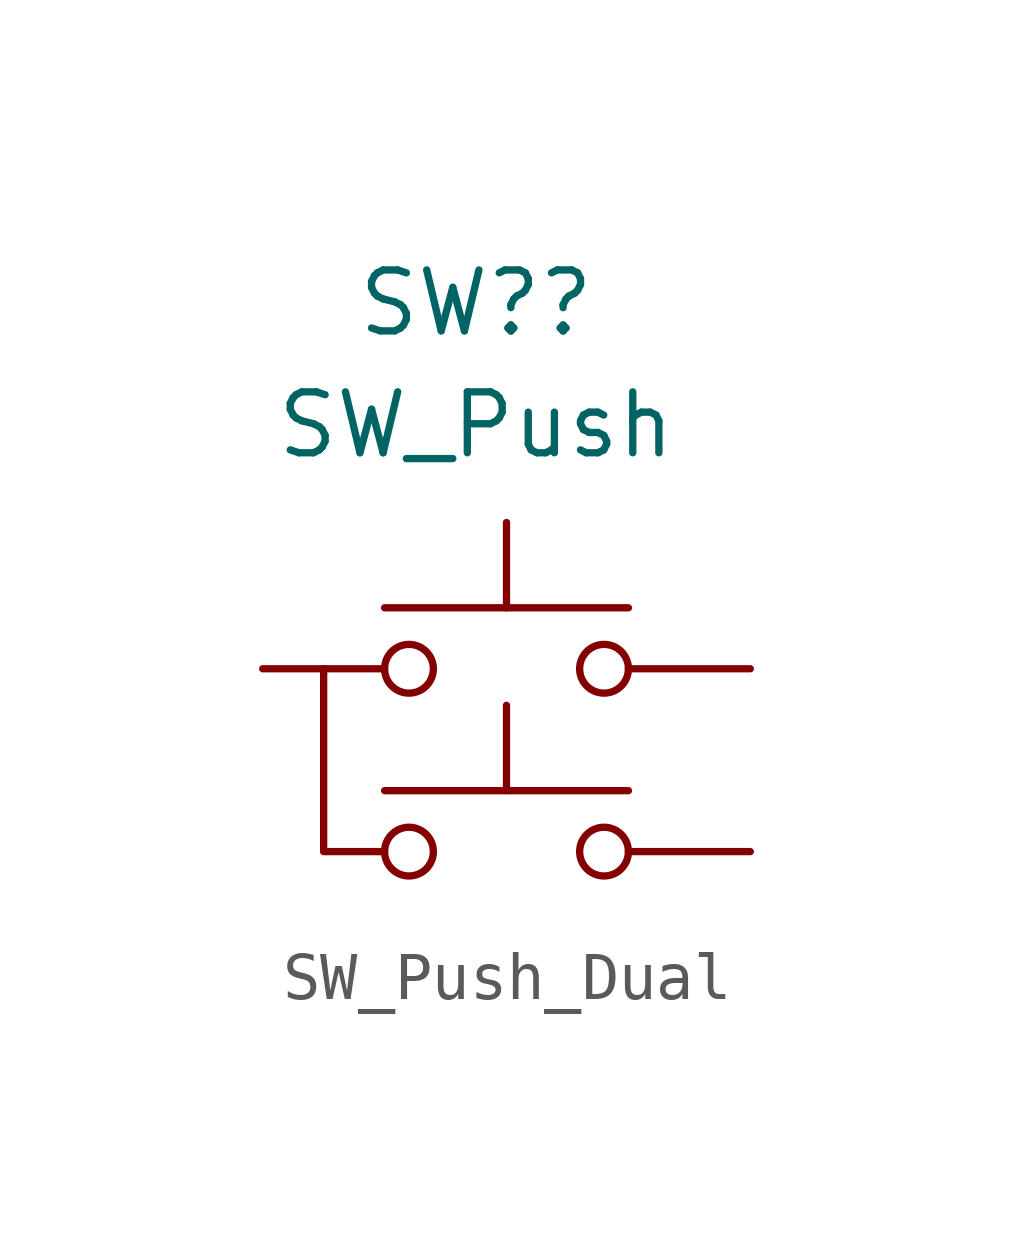
<source format=kicad_sym>
(kicad_symbol_lib
  (version 20231120)
  (generator "kicad_symbol_editor")
  (generator_version "8.0")
  (symbol "SW_Push_Dual"
    (pin_numbers hide)
    (pin_names
      (offset 1.016) hide)
    (property "Reference" "SW?"
      (at -0.635 7.62 0)
      (effects (font (size 1.27 1.27))))
    (property "Value" "SW_Push"
      (at -0.635 5.08 0)
      (effects (font (size 1.27 1.27))))
    (symbol "SW_Push_Dual_0_1"
      (circle (center -2.032 -3.81) (radius 0.508) (stroke (width 0) (type default)) (fill (type none)))
      (circle (center -2.032 0) (radius 0.508) (stroke (width 0) (type default)) (fill (type none)))
      (polyline (pts (xy 0 -2.54) (xy 0 -0.762)) (stroke (width 0) (type default)) (fill (type none)))
      (polyline (pts (xy 0 1.27) (xy 0 3.048)) (stroke (width 0) (type default)) (fill (type none)))
      (polyline (pts (xy 2.54 -2.54) (xy -2.54 -2.54)) (stroke (width 0) (type default)) (fill (type none)))
      (polyline (pts (xy 2.54 1.27) (xy -2.54 1.27)) (stroke (width 0) (type default)) (fill (type none)))
      (polyline (pts (xy -3.81 0) (xy -3.81 -3.81) (xy -2.54 -3.81)) (stroke (width 0) (type default)) (fill (type none)))
      (circle (center 2.032 -3.81) (radius 0.508) (stroke (width 0) (type default)) (fill (type none)))
      (circle (center 2.032 0) (radius 0.508) (stroke (width 0) (type default)) (fill (type none)))
      (pin passive line (at -5.08 0 0) (length 2.54) (name "1" (effects (font (size 1.27 1.27)))) (number "1" (effects (font (size 1.27 1.27)))))
      (pin passive line (at 5.08 0 180) (length 2.54) (name "2" (effects (font (size 1.27 1.27)))) (number "2" (effects (font (size 1.27 1.27))))))
    (symbol "SW_Push_Dual_1_1"
      (pin passive line (at 5.08 -3.81 180) (length 2.54) (name "3" (effects (font (size 1.27 1.27)))) (number "3" (effects (font (size 1.27 1.27))))))))
</source>
